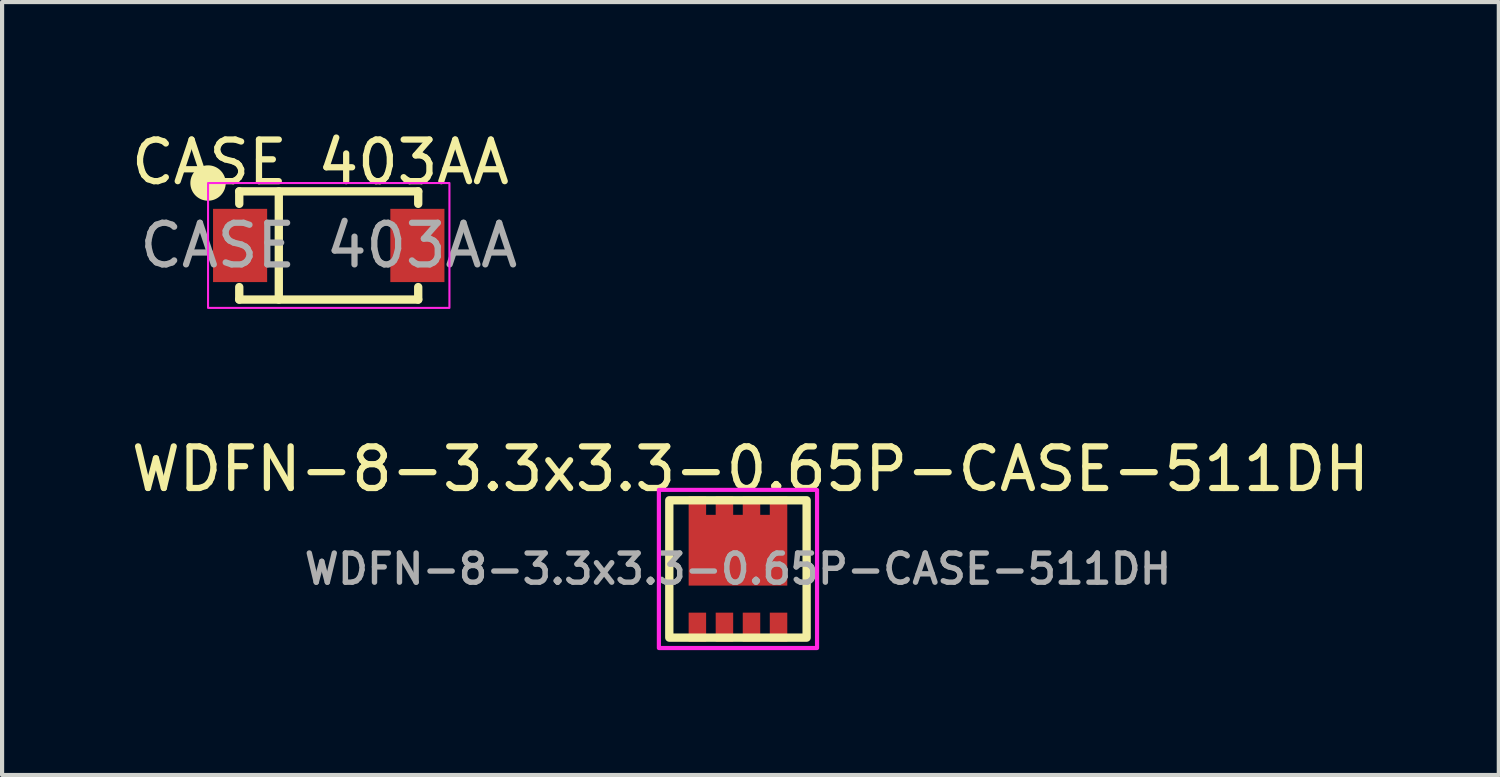
<source format=kicad_pcb>
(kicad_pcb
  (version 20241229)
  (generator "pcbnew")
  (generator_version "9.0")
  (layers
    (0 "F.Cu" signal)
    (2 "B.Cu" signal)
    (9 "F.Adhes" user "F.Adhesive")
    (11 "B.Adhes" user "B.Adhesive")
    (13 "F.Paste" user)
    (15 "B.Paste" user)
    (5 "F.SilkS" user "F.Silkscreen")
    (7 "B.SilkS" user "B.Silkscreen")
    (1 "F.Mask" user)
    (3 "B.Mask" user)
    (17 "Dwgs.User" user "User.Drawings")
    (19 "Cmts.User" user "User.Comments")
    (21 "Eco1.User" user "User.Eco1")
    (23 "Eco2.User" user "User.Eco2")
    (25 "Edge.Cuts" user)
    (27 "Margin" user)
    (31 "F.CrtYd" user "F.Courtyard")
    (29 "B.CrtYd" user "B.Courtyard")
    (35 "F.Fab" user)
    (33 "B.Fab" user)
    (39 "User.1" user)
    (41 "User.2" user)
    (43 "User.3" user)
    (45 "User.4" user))
  (footprint "WDFN-8-3.3x3.3-0.65P-CASE-511DH"
    (layer "F.Cu")
    (at 14.682 10.621)
    (property "Reference" "WDFN-8-3.3x3.3-0.65P-CASE-511DH" (at 0.3 -2.4 0) (unlocked yes) (layer "F.SilkS") (effects (font (size 1 1) (thickness 0.15))))
    (attr smd)
    (fp_rect (start -1.65 -1.65) (end 1.65 1.65) (stroke (width 0.2) (type default)) (fill no) (layer "F.SilkS"))
    (fp_rect (start -1.9 -1.9) (end 1.9 1.9) (stroke (width 0.1) (type default)) (fill no) (layer "F.CrtYd"))
    (fp_text user "${REFERENCE}" (at 0 0 0) (unlocked yes) (layer "F.Fab") (effects (font (size 0.7 0.7) (thickness 0.13) (bold yes))))
    (pad "1" smd rect (at -0.975 1.4) (size 0.42 0.7) (layers "F.Cu" "F.Mask" "F.Paste"))
    (pad "2" smd rect (at -0.325 1.4) (size 0.42 0.7) (layers "F.Cu" "F.Mask" "F.Paste"))
    (pad "3" smd rect (at 0.325 1.4) (size 0.42 0.7) (layers "F.Cu" "F.Mask" "F.Paste"))
    (pad "4" smd rect (at 0.975 1.4) (size 0.42 0.7) (layers "F.Cu" "F.Mask" "F.Paste"))
    (pad "5" smd custom (at 0 0) (size 0.2 0.2) (layers "F.Cu" "F.Mask" "F.Paste") (options (anchor circle)) (primitives (gr_rect (start -1.185 -1.3) (end 1.185 0.4) (width 0) (fill yes)) (gr_rect (start 0.765 -1.75) (end 1.185 -1.2) (width 0) (fill yes)) (gr_rect (start 0.115 -1.75) (end 0.535 -1.2) (width 0) (fill yes)) (gr_rect (start -0.535 -1.75) (end -0.115 -1.2) (width 0) (fill yes)) (gr_rect (start -1.185 -1.75) (end -0.765 -1.2) (width 0) (fill yes)))))
  (footprint "CASE 403AA"
    (layer "F.Cu")
    (at 4.849 2.848)
    (property "Reference" "CASE 403AA" (at -0.2 -2 0) (unlocked yes) (layer "F.SilkS") (effects (font (size 1 1) (thickness 0.15))))
    (attr smd)
    (fp_line (start -2.15 -1.3) (end -2.15 -1) (stroke (width 0.2) (type default)) (layer "F.SilkS"))
    (fp_line (start -2.15 1.3) (end -2.15 1) (stroke (width 0.2) (type default)) (layer "F.SilkS"))
    (fp_line (start -2.15 1.3) (end 2.15 1.3) (stroke (width 0.2) (type default)) (layer "F.SilkS"))
    (fp_line (start -1.2 -1.3) (end -1.2 1.3) (stroke (width 0.2) (type default)) (layer "F.SilkS"))
    (fp_line (start 2.15 -1.3) (end -2.15 -1.3) (stroke (width 0.2) (type default)) (layer "F.SilkS"))
    (fp_line (start 2.15 -1.3) (end 2.15 -1) (stroke (width 0.2) (type default)) (layer "F.SilkS"))
    (fp_line (start 2.15 1.3) (end 2.15 1) (stroke (width 0.2) (type default)) (layer "F.SilkS"))
    (fp_circle (center -2.9 -1.5) (end -2.5 -1.5) (stroke (width 0.05) (type solid)) (fill yes) (layer "F.SilkS"))
    (fp_rect (start -2.9 -1.5) (end 2.9 1.5) (stroke (width 0.05) (type default)) (fill no) (layer "F.CrtYd"))
    (fp_text user "${REFERENCE}" (at 0 0 0) (unlocked yes) (layer "F.Fab") (effects (font (size 1 1) (thickness 0.15))))
    (pad "1" smd rect (at -2.13 0) (size 1.3 1.76) (layers "F.Cu" "F.Mask" "F.Paste"))
    (pad "2" smd rect (at 2.13 0) (size 1.3 1.76) (layers "F.Cu" "F.Mask" "F.Paste")))
  (gr_rect
    (start -3 -3)
    (end 32.964 15.572)
    (stroke (width 0.1) (type default))
    (fill no)
    (layer "Edge.Cuts")))
</source>
